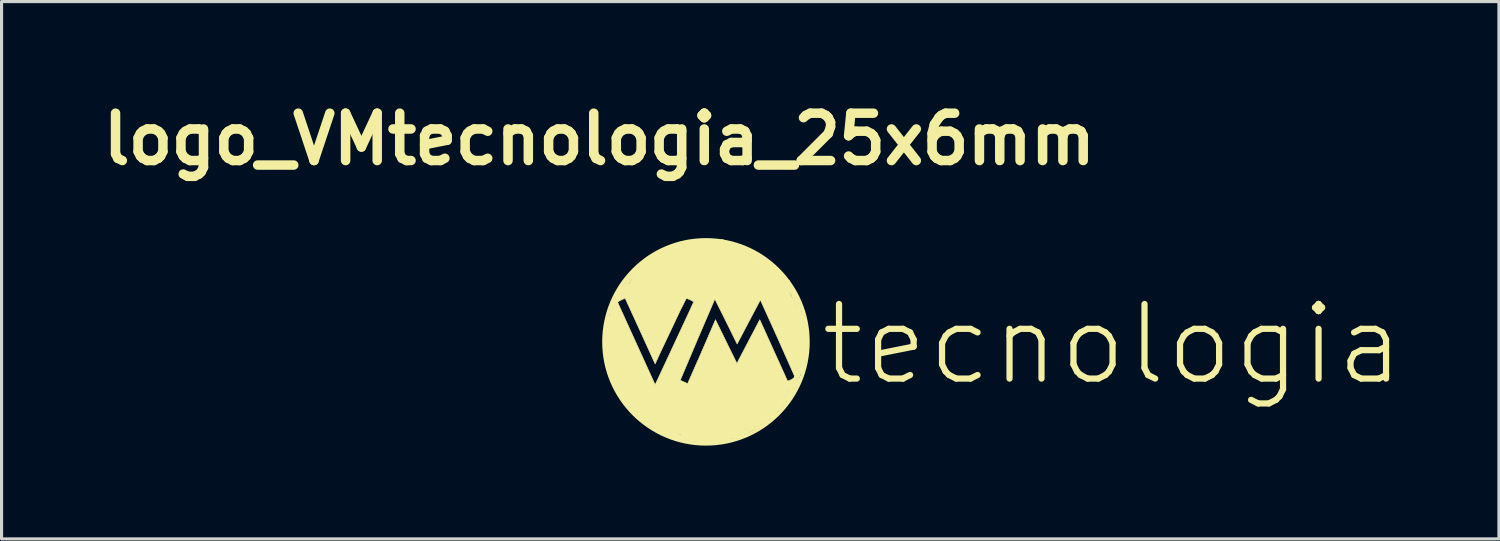
<source format=kicad_pcb>
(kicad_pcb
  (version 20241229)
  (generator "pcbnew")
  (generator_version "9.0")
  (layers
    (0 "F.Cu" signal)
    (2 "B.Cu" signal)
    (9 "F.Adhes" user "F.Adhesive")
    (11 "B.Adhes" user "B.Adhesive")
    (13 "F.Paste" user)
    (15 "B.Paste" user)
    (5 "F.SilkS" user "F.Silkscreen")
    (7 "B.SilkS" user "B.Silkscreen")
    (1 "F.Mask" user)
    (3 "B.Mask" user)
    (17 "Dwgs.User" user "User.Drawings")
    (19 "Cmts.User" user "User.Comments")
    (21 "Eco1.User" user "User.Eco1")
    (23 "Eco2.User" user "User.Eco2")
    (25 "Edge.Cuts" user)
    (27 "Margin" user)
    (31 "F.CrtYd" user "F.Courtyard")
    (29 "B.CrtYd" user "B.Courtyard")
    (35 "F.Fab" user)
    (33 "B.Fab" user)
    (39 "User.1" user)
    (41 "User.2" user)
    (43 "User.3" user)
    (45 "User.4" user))
  (footprint "logo_VMtecnologia_25x6mm"
    (layer "F.Cu")
    (at 16.234 4.474)
    (property "Reference" "logo_VMtecnologia_25x6mm" (at 0 -3.048 0) (layer "F.SilkS") (effects (font (size 1.524 1.524) (thickness 0.305))))
    (attr exclude_from_pos_files exclude_from_bom)
    (fp_line (start 0.201 2.92) (end 0.78 5.366) (stroke (width 0.048) (type solid)) (layer "F.SilkS"))
    (fp_line (start 0.203 3.226) (end 0.254 3.962) (stroke (width 0.12) (type solid)) (layer "F.SilkS"))
    (fp_line (start 0.254 3.962) (end 0.508 4.75) (stroke (width 0.12) (type solid)) (layer "F.SilkS"))
    (fp_line (start 0.356 2.413) (end 0.305 2.54) (stroke (width 0.12) (type solid)) (layer "F.SilkS"))
    (fp_line (start 0.406 2.54) (end 0.533 2.21) (stroke (width 0.12) (type solid)) (layer "F.SilkS"))
    (fp_line (start 0.483 2.235) (end 0.356 2.413) (stroke (width 0.12) (type solid)) (layer "F.SilkS"))
    (fp_line (start 0.508 4.775) (end 0.711 5.156) (stroke (width 0.12) (type solid)) (layer "F.SilkS"))
    (fp_line (start 0.635 1.956) (end 0.483 2.235) (stroke (width 0.12) (type solid)) (layer "F.SilkS"))
    (fp_line (start 0.66 1.905) (end 0.66 2.007) (stroke (width 0.12) (type solid)) (layer "F.SilkS"))
    (fp_line (start 0.66 2.007) (end 0.584 2.134) (stroke (width 0.12) (type solid)) (layer "F.SilkS"))
    (fp_line (start 0.711 1.829) (end 0.711 1.905) (stroke (width 0.12) (type solid)) (layer "F.SilkS"))
    (fp_line (start 0.711 1.905) (end 0.889 1.651) (stroke (width 0.12) (type solid)) (layer "F.SilkS"))
    (fp_line (start 0.762 5.207) (end 0.864 5.385) (stroke (width 0.12) (type solid)) (layer "F.SilkS"))
    (fp_line (start 0.78 5.366) (end 2.919 6.686) (stroke (width 0.048) (type solid)) (layer "F.SilkS"))
    (fp_line (start 0.889 1.575) (end 0.711 1.829) (stroke (width 0.12) (type solid)) (layer "F.SilkS"))
    (fp_line (start 0.889 1.651) (end 0.66 1.905) (stroke (width 0.12) (type solid)) (layer "F.SilkS"))
    (fp_line (start 0.889 5.461) (end 0.94 5.486) (stroke (width 0.12) (type solid)) (layer "F.SilkS"))
    (fp_line (start 1.194 1.168) (end 0.889 1.575) (stroke (width 0.12) (type solid)) (layer "F.SilkS"))
    (fp_line (start 1.27 5.715) (end 1.295 5.867) (stroke (width 0.12) (type solid)) (layer "F.SilkS"))
    (fp_line (start 1.295 5.867) (end 1.524 5.994) (stroke (width 0.12) (type solid)) (layer "F.SilkS"))
    (fp_line (start 1.473 1.118) (end 1.194 1.168) (stroke (width 0.12) (type solid)) (layer "F.SilkS"))
    (fp_line (start 1.473 6.02) (end 1.727 6.147) (stroke (width 0.12) (type solid)) (layer "F.SilkS"))
    (fp_line (start 1.524 5.994) (end 1.6 6.071) (stroke (width 0.12) (type solid)) (layer "F.SilkS"))
    (fp_line (start 1.6 6.071) (end 1.473 6.02) (stroke (width 0.12) (type solid)) (layer "F.SilkS"))
    (fp_line (start 1.651 6.02) (end 1.829 6.248) (stroke (width 0.12) (type solid)) (layer "F.SilkS"))
    (fp_line (start 1.727 6.147) (end 1.651 6.02) (stroke (width 0.12) (type solid)) (layer "F.SilkS"))
    (fp_line (start 1.803 6.096) (end 1.956 6.299) (stroke (width 0.12) (type solid)) (layer "F.SilkS"))
    (fp_line (start 1.829 6.248) (end 1.803 6.096) (stroke (width 0.12) (type solid)) (layer "F.SilkS"))
    (fp_line (start 1.854 6.274) (end 1.956 6.172) (stroke (width 0.12) (type solid)) (layer "F.SilkS"))
    (fp_line (start 1.956 6.172) (end 2.057 6.375) (stroke (width 0.12) (type solid)) (layer "F.SilkS"))
    (fp_line (start 1.956 6.299) (end 1.854 6.274) (stroke (width 0.12) (type solid)) (layer "F.SilkS"))
    (fp_line (start 2.057 6.248) (end 2.235 6.35) (stroke (width 0.12) (type solid)) (layer "F.SilkS"))
    (fp_line (start 2.057 6.375) (end 2.184 6.426) (stroke (width 0.12) (type solid)) (layer "F.SilkS"))
    (fp_line (start 2.184 6.426) (end 2.057 6.248) (stroke (width 0.12) (type solid)) (layer "F.SilkS"))
    (fp_line (start 2.235 6.35) (end 2.261 6.452) (stroke (width 0.12) (type solid)) (layer "F.SilkS"))
    (fp_line (start 2.261 6.452) (end 2.337 6.375) (stroke (width 0.12) (type solid)) (layer "F.SilkS"))
    (fp_line (start 2.286 6.325) (end 2.362 6.502) (stroke (width 0.12) (type solid)) (layer "F.SilkS"))
    (fp_line (start 2.337 6.375) (end 2.286 6.325) (stroke (width 0.12) (type solid)) (layer "F.SilkS"))
    (fp_line (start 2.362 6.502) (end 2.413 6.426) (stroke (width 0.12) (type solid)) (layer "F.SilkS"))
    (fp_line (start 2.413 6.426) (end 2.718 6.629) (stroke (width 0.12) (type solid)) (layer "F.SilkS"))
    (fp_line (start 2.692 6.502) (end 2.972 6.629) (stroke (width 0.12) (type solid)) (layer "F.SilkS"))
    (fp_line (start 2.718 6.629) (end 2.464 6.528) (stroke (width 0.12) (type solid)) (layer "F.SilkS"))
    (fp_line (start 2.87 6.604) (end 2.692 6.502) (stroke (width 0.12) (type solid)) (layer "F.SilkS"))
    (fp_line (start 2.919 6.686) (end 5.364 6.107) (stroke (width 0.048) (type solid)) (layer "F.SilkS"))
    (fp_line (start 3.962 6.655) (end 4.775 6.325) (stroke (width 0.12) (type solid)) (layer "F.SilkS"))
    (fp_line (start 3.967 0.203) (end 1.522 0.782) (stroke (width 0.048) (type solid)) (layer "F.SilkS"))
    (fp_line (start 4.394 6.553) (end 4.42 6.528) (stroke (width 0.12) (type solid)) (layer "F.SilkS"))
    (fp_line (start 4.445 6.502) (end 5.131 6.172) (stroke (width 0.12) (type solid)) (layer "F.SilkS"))
    (fp_line (start 4.496 6.477) (end 4.445 6.502) (stroke (width 0.12) (type solid)) (layer "F.SilkS"))
    (fp_line (start 4.521 0.457) (end 4.318 0.381) (stroke (width 0.12) (type solid)) (layer "F.SilkS"))
    (fp_line (start 4.801 6.325) (end 4.496 6.477) (stroke (width 0.12) (type solid)) (layer "F.SilkS"))
    (fp_line (start 5.08 6.121) (end 4.801 6.325) (stroke (width 0.12) (type solid)) (layer "F.SilkS"))
    (fp_line (start 5.105 0.737) (end 4.521 0.457) (stroke (width 0.12) (type solid)) (layer "F.SilkS"))
    (fp_line (start 5.232 6.096) (end 5.08 6.121) (stroke (width 0.12) (type solid)) (layer "F.SilkS"))
    (fp_line (start 5.364 6.107) (end 6.685 3.969) (stroke (width 0.048) (type solid)) (layer "F.SilkS"))
    (fp_line (start 5.385 5.969) (end 5.232 6.096) (stroke (width 0.12) (type solid)) (layer "F.SilkS"))
    (fp_line (start 5.461 1.016) (end 5.105 0.737) (stroke (width 0.12) (type solid)) (layer "F.SilkS"))
    (fp_line (start 5.918 5.436) (end 5.766 5.639) (stroke (width 0.12) (type solid)) (layer "F.SilkS"))
    (fp_line (start 5.944 5.41) (end 6.147 5.029) (stroke (width 0.12) (type solid)) (layer "F.SilkS"))
    (fp_line (start 6.045 1.626) (end 5.944 1.473) (stroke (width 0.12) (type solid)) (layer "F.SilkS"))
    (fp_line (start 6.071 5.334) (end 6.172 5.131) (stroke (width 0.12) (type solid)) (layer "F.SilkS"))
    (fp_line (start 6.106 1.523) (end 3.967 0.203) (stroke (width 0.048) (type solid)) (layer "F.SilkS"))
    (fp_line (start 6.147 1.829) (end 6.045 1.626) (stroke (width 0.12) (type solid)) (layer "F.SilkS"))
    (fp_line (start 6.147 4.953) (end 6.248 4.826) (stroke (width 0.12) (type solid)) (layer "F.SilkS"))
    (fp_line (start 6.198 1.88) (end 6.147 1.829) (stroke (width 0.12) (type solid)) (layer "F.SilkS"))
    (fp_line (start 6.198 5.055) (end 6.223 4.953) (stroke (width 0.12) (type solid)) (layer "F.SilkS"))
    (fp_line (start 6.223 4.953) (end 6.147 4.953) (stroke (width 0.12) (type solid)) (layer "F.SilkS"))
    (fp_line (start 6.248 4.826) (end 6.274 4.928) (stroke (width 0.12) (type solid)) (layer "F.SilkS"))
    (fp_line (start 6.274 4.75) (end 6.35 4.572) (stroke (width 0.12) (type solid)) (layer "F.SilkS"))
    (fp_line (start 6.274 4.928) (end 6.274 4.75) (stroke (width 0.12) (type solid)) (layer "F.SilkS"))
    (fp_line (start 6.325 2.159) (end 6.198 1.88) (stroke (width 0.12) (type solid)) (layer "F.SilkS"))
    (fp_line (start 6.35 4.572) (end 6.35 4.826) (stroke (width 0.12) (type solid)) (layer "F.SilkS"))
    (fp_line (start 6.35 4.826) (end 6.401 4.547) (stroke (width 0.12) (type solid)) (layer "F.SilkS"))
    (fp_line (start 6.401 4.547) (end 6.502 4.343) (stroke (width 0.12) (type solid)) (layer "F.SilkS"))
    (fp_line (start 6.426 2.413) (end 6.325 2.159) (stroke (width 0.12) (type solid)) (layer "F.SilkS"))
    (fp_line (start 6.502 4.343) (end 6.579 4.089) (stroke (width 0.12) (type solid)) (layer "F.SilkS"))
    (fp_line (start 6.553 2.819) (end 6.426 2.438) (stroke (width 0.12) (type solid)) (layer "F.SilkS"))
    (fp_line (start 6.685 3.969) (end 6.106 1.523) (stroke (width 0.048) (type solid)) (layer "F.SilkS"))
    (fp_circle (center 3.429 3.475) (end 4.039 0.254) (stroke (width 0.12) (type solid)) (fill no) (layer "F.SilkS"))
    (fp_poly (pts (xy 21.256 2.915) (xy 21.261 2.894) (xy 21.28 2.935) (xy 21.256 2.915)) (stroke (width 0) (type solid)) (fill yes) (layer "F.SilkS"))
    (fp_poly (pts (xy 3.198 6.734) (xy 3.292 3.79) (xy 3.735 2.762) (xy 4.079 3.464) (xy 4.424 4.167) (xy 4.792 3.464) (xy 5.16 2.761) (xy 5.607 3.748) (xy 6.056 4.738) (xy 6.179 4.687) (xy 6.295 4.615) (xy 5.742 3.369) (xy 5.18 2.127) (xy 4.806 2.833) (xy 4.432 3.545) (xy 4.074 2.818) (xy 3.715 2.099) (xy 3.155 3.404) (xy 2.602 4.71) (xy 2.839 4.818) (xy 3.292 3.79) (xy 3.198 6.734) (xy 1.096 5.766) (xy 1.764 4.788) (xy 1.798 4.846) (xy 1.927 4.57) (xy 2.86 2.569) (xy 3.035 2.185) (xy 2.915 2.119) (xy 2.799 2.074) (xy 2.593 2.483) (xy 1.956 3.83) (xy 1.794 4.185) (xy 1.314 3.131) (xy 0.828 2.069) (xy 0.581 2.187) (xy 1.161 3.464) (xy 1.764 4.788) (xy 1.096 5.766) (xy 0.286 4.405) (xy 0.201 2.817) (xy 1.423 0.842) (xy 2.603 0.266) (xy 3.914 0.191) (xy 5.764 1.129) (xy 6.704 3.092) (xy 6.704 3.832) (xy 5.655 5.875) (xy 3.791 6.719) (xy 3.198 6.734) (xy 3.198 6.734)) (stroke (width 0.018) (type solid)) (fill yes) (layer "F.SilkS"))
    (fp_text user "tecnologia" (at 16.51 3.556 0) (layer "F.SilkS") (effects (font (size 2.4 2.4) (thickness 0.2)))))
  (gr_rect
    (start -3 -3)
    (end 45.176 14.288)
    (stroke (width 0.1) (type default))
    (fill no)
    (layer "Edge.Cuts")))
</source>
